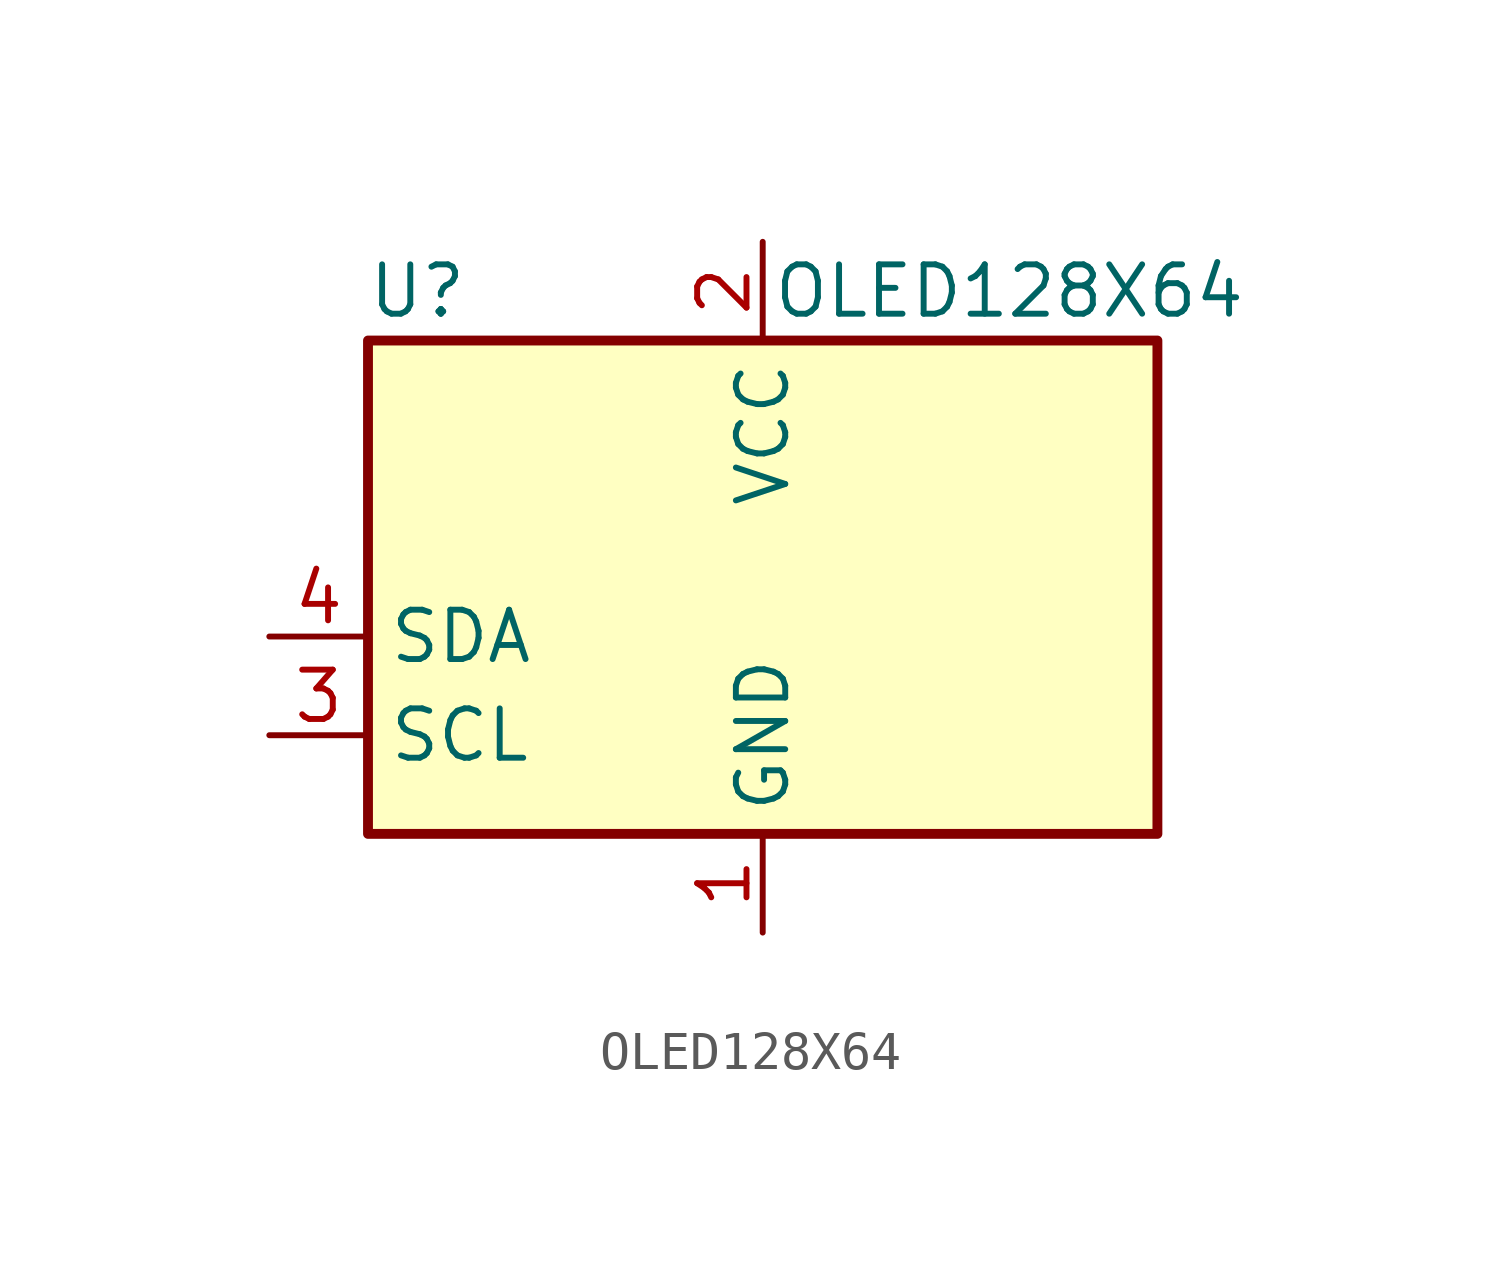
<source format=kicad_sym>
(kicad_symbol_lib
  (version 20231120)
  (generator "kicad_symbol_editor")
  (generator_version "8.0")
  (symbol "OLED128X64"
    (property "Reference" "U"
      (at -8.89 6.35 0)
      (effects (font (size 1.27 1.27))))
    (property "Value" "OLED128X64"
      (at 6.35 6.35 0)
      (effects (font (size 1.27 1.27))))
    (symbol "OLED128X64_0_1"
      (rectangle (start -10.16 5.08) (end 10.16 -7.62) (stroke (width 0.254) (type default)) (fill (type background))))
    (symbol "OLED128X64_1_1"
      (pin power_in line (at 0 -10.16 90) (length 2.54) (name "GND" (effects (font (size 1.27 1.27)))) (number "1" (effects (font (size 1.27 1.27)))))
      (pin power_in line (at 0 7.62 270) (length 2.54) (name "VCC" (effects (font (size 1.27 1.27)))) (number "2" (effects (font (size 1.27 1.27)))))
      (pin input line (at -12.7 -5.08 0) (length 2.54) (name "SCL" (effects (font (size 1.27 1.27)))) (number "3" (effects (font (size 1.27 1.27)))))
      (pin bidirectional line (at -12.7 -2.54 0) (length 2.54) (name "SDA" (effects (font (size 1.27 1.27)))) (number "4" (effects (font (size 1.27 1.27))))))))
</source>
